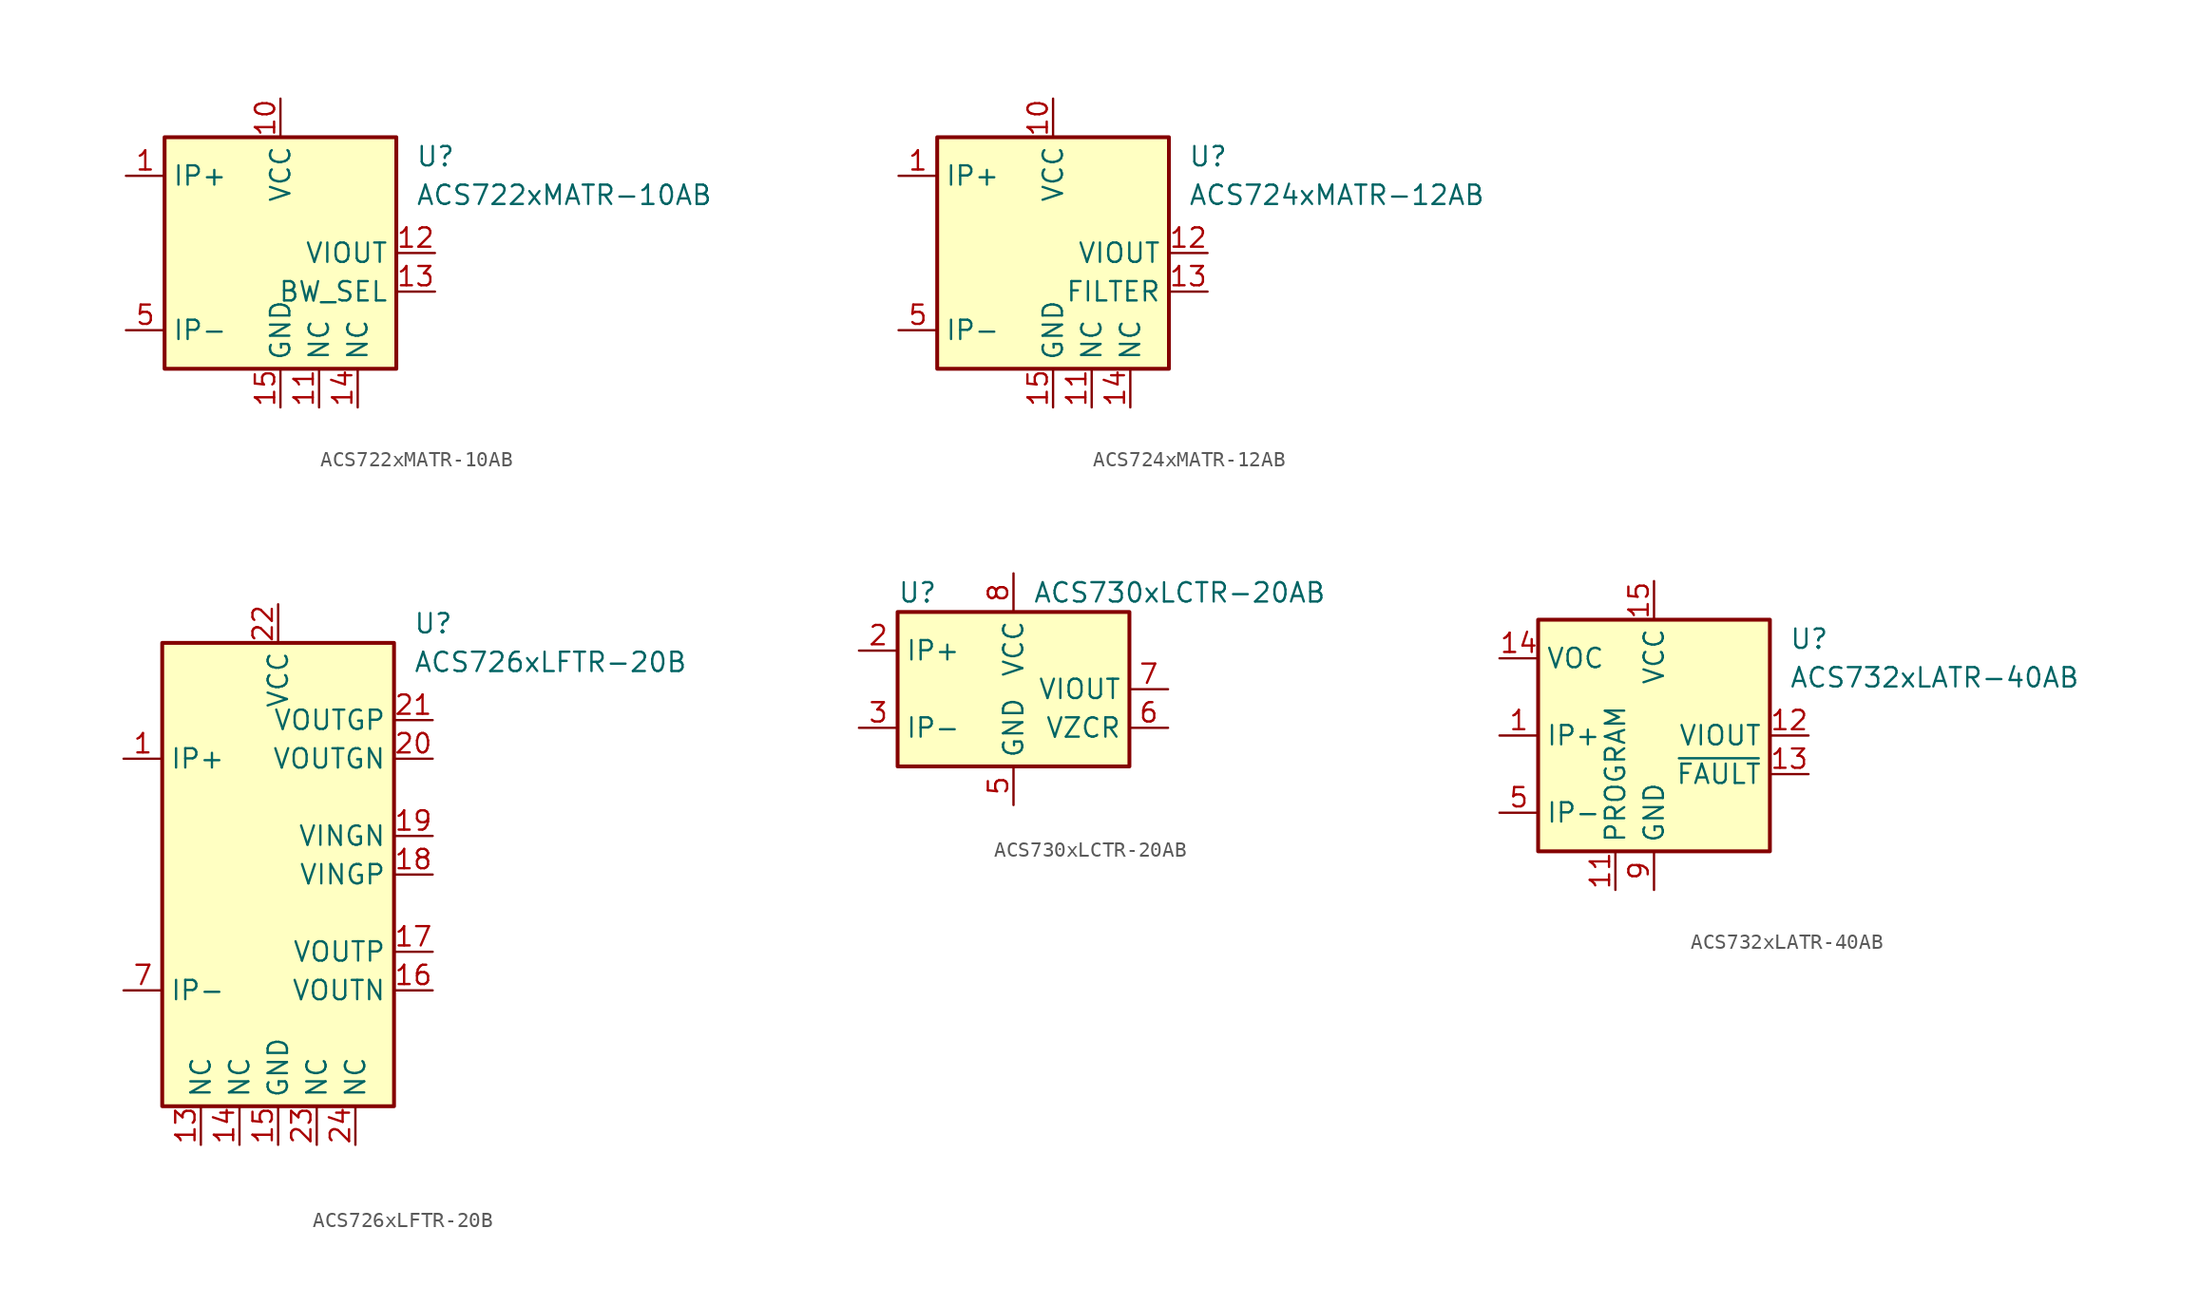
<source format=kicad_sym>
(kicad_symbol_lib
  (version 20241209)
  (generator "kicad_symbol_editor")
  (generator_version "9.0")
  (symbol "ACS722xMATR-10AB"
    (property "Reference" "U"
      (at 8.89 6.35 0)
      (effects (font (size 1.27 1.27)) (justify left)))
    (property "Value" "ACS722xMATR-10AB"
      (at 8.89 3.81 0)
      (effects (font (size 1.27 1.27)) (justify left)))
    (symbol "ACS722xMATR-10AB_0_1"
      (rectangle (start -7.62 7.62) (end 7.62 -7.62) (stroke (width 0.254) (type default)) (fill (type background))))
    (symbol "ACS722xMATR-10AB_1_1"
      (pin passive line (at -10.16 5.08 0) (length 2.54) (name "IP+" (effects (font (size 1.27 1.27)))) (number "1" (effects (font (size 1.27 1.27)))))
      (pin passive line (at -10.16 5.08 0) (length 2.54) (hide yes) (name "IP+" (effects (font (size 1.27 1.27)))) (number "2" (effects (font (size 1.27 1.27)))))
      (pin passive line (at -10.16 5.08 0) (length 2.54) (hide yes) (name "IP+" (effects (font (size 1.27 1.27)))) (number "3" (effects (font (size 1.27 1.27)))))
      (pin passive line (at -10.16 5.08 0) (length 2.54) (hide yes) (name "IP+" (effects (font (size 1.27 1.27)))) (number "4" (effects (font (size 1.27 1.27)))))
      (pin passive line (at -10.16 -5.08 0) (length 2.54) (name "IP-" (effects (font (size 1.27 1.27)))) (number "5" (effects (font (size 1.27 1.27)))))
      (pin passive line (at -10.16 -5.08 0) (length 2.54) (hide yes) (name "IP-" (effects (font (size 1.27 1.27)))) (number "6" (effects (font (size 1.27 1.27)))))
      (pin passive line (at -10.16 -5.08 0) (length 2.54) (hide yes) (name "IP-" (effects (font (size 1.27 1.27)))) (number "7" (effects (font (size 1.27 1.27)))))
      (pin passive line (at -10.16 -5.08 0) (length 2.54) (hide yes) (name "IP-" (effects (font (size 1.27 1.27)))) (number "8" (effects (font (size 1.27 1.27)))))
      (pin power_in line (at 0 10.16 270) (length 2.54) (name "VCC" (effects (font (size 1.27 1.27)))) (number "10" (effects (font (size 1.27 1.27)))))
      (pin power_in line (at 0 -10.16 90) (length 2.54) (name "GND" (effects (font (size 1.27 1.27)))) (number "15" (effects (font (size 1.27 1.27)))))
      (pin passive line (at 2.54 -10.16 90) (length 2.54) (name "NC" (effects (font (size 1.27 1.27)))) (number "11" (effects (font (size 1.27 1.27)))))
      (pin passive line (at 5.08 -10.16 90) (length 2.54) (name "NC" (effects (font (size 1.27 1.27)))) (number "14" (effects (font (size 1.27 1.27)))))
      (pin no_connect line (at 7.62 5.08 180) (length 2.54) (hide yes) (name "NC" (effects (font (size 1.27 1.27)))) (number "9" (effects (font (size 1.27 1.27)))))
      (pin no_connect line (at 7.62 2.54 180) (length 2.54) (hide yes) (name "NC" (effects (font (size 1.27 1.27)))) (number "16" (effects (font (size 1.27 1.27)))))
      (pin output line (at 10.16 0 180) (length 2.54) (name "VIOUT" (effects (font (size 1.27 1.27)))) (number "12" (effects (font (size 1.27 1.27)))))
      (pin input line (at 10.16 -2.54 180) (length 2.54) (name "BW_SEL" (effects (font (size 1.27 1.27)))) (number "13" (effects (font (size 1.27 1.27)))))))
  (symbol "ACS724xMATR-12AB"
    (property "Reference" "U"
      (at 8.89 6.35 0)
      (effects (font (size 1.27 1.27)) (justify left)))
    (property "Value" "ACS724xMATR-12AB"
      (at 8.89 3.81 0)
      (effects (font (size 1.27 1.27)) (justify left)))
    (symbol "ACS724xMATR-12AB_0_1"
      (rectangle (start -7.62 7.62) (end 7.62 -7.62) (stroke (width 0.254) (type default)) (fill (type background))))
    (symbol "ACS724xMATR-12AB_1_1"
      (pin passive line (at -10.16 5.08 0) (length 2.54) (name "IP+" (effects (font (size 1.27 1.27)))) (number "1" (effects (font (size 1.27 1.27)))))
      (pin passive line (at -10.16 5.08 0) (length 2.54) (hide yes) (name "IP+" (effects (font (size 1.27 1.27)))) (number "2" (effects (font (size 1.27 1.27)))))
      (pin passive line (at -10.16 5.08 0) (length 2.54) (hide yes) (name "IP+" (effects (font (size 1.27 1.27)))) (number "3" (effects (font (size 1.27 1.27)))))
      (pin passive line (at -10.16 5.08 0) (length 2.54) (hide yes) (name "IP+" (effects (font (size 1.27 1.27)))) (number "4" (effects (font (size 1.27 1.27)))))
      (pin passive line (at -10.16 -5.08 0) (length 2.54) (name "IP-" (effects (font (size 1.27 1.27)))) (number "5" (effects (font (size 1.27 1.27)))))
      (pin passive line (at -10.16 -5.08 0) (length 2.54) (hide yes) (name "IP-" (effects (font (size 1.27 1.27)))) (number "6" (effects (font (size 1.27 1.27)))))
      (pin passive line (at -10.16 -5.08 0) (length 2.54) (hide yes) (name "IP-" (effects (font (size 1.27 1.27)))) (number "7" (effects (font (size 1.27 1.27)))))
      (pin passive line (at -10.16 -5.08 0) (length 2.54) (hide yes) (name "IP-" (effects (font (size 1.27 1.27)))) (number "8" (effects (font (size 1.27 1.27)))))
      (pin power_in line (at 0 10.16 270) (length 2.54) (name "VCC" (effects (font (size 1.27 1.27)))) (number "10" (effects (font (size 1.27 1.27)))))
      (pin power_in line (at 0 -10.16 90) (length 2.54) (name "GND" (effects (font (size 1.27 1.27)))) (number "15" (effects (font (size 1.27 1.27)))))
      (pin passive line (at 2.54 -10.16 90) (length 2.54) (name "NC" (effects (font (size 1.27 1.27)))) (number "11" (effects (font (size 1.27 1.27)))))
      (pin passive line (at 5.08 -10.16 90) (length 2.54) (name "NC" (effects (font (size 1.27 1.27)))) (number "14" (effects (font (size 1.27 1.27)))))
      (pin no_connect line (at 7.62 5.08 180) (length 2.54) (hide yes) (name "NC" (effects (font (size 1.27 1.27)))) (number "9" (effects (font (size 1.27 1.27)))))
      (pin no_connect line (at 7.62 2.54 180) (length 2.54) (hide yes) (name "NC" (effects (font (size 1.27 1.27)))) (number "16" (effects (font (size 1.27 1.27)))))
      (pin output line (at 10.16 0 180) (length 2.54) (name "VIOUT" (effects (font (size 1.27 1.27)))) (number "12" (effects (font (size 1.27 1.27)))))
      (pin passive line (at 10.16 -2.54 180) (length 2.54) (name "FILTER" (effects (font (size 1.27 1.27)))) (number "13" (effects (font (size 1.27 1.27)))))))
  (symbol "ACS726xLFTR-20B"
    (property "Reference" "U"
      (at 8.89 16.51 0)
      (effects (font (size 1.27 1.27)) (justify left)))
    (property "Value" "ACS726xLFTR-20B"
      (at 8.89 13.97 0)
      (effects (font (size 1.27 1.27)) (justify left)))
    (symbol "ACS726xLFTR-20B_0_1"
      (rectangle (start -7.62 15.24) (end 7.62 -15.24) (stroke (width 0.254) (type default)) (fill (type background))))
    (symbol "ACS726xLFTR-20B_1_1"
      (pin passive line (at -10.16 7.62 0) (length 2.54) (name "IP+" (effects (font (size 1.27 1.27)))) (number "1" (effects (font (size 1.27 1.27)))))
      (pin passive line (at -10.16 7.62 0) (length 2.54) (hide yes) (name "IP+" (effects (font (size 1.27 1.27)))) (number "2" (effects (font (size 1.27 1.27)))))
      (pin passive line (at -10.16 7.62 0) (length 2.54) (hide yes) (name "IP+" (effects (font (size 1.27 1.27)))) (number "3" (effects (font (size 1.27 1.27)))))
      (pin passive line (at -10.16 7.62 0) (length 2.54) (hide yes) (name "IP+" (effects (font (size 1.27 1.27)))) (number "4" (effects (font (size 1.27 1.27)))))
      (pin passive line (at -10.16 7.62 0) (length 2.54) (hide yes) (name "IP+" (effects (font (size 1.27 1.27)))) (number "5" (effects (font (size 1.27 1.27)))))
      (pin passive line (at -10.16 7.62 0) (length 2.54) (hide yes) (name "IP+" (effects (font (size 1.27 1.27)))) (number "6" (effects (font (size 1.27 1.27)))))
      (pin passive line (at -10.16 -7.62 0) (length 2.54) (hide yes) (name "IP-" (effects (font (size 1.27 1.27)))) (number "10" (effects (font (size 1.27 1.27)))))
      (pin passive line (at -10.16 -7.62 0) (length 2.54) (hide yes) (name "IP-" (effects (font (size 1.27 1.27)))) (number "11" (effects (font (size 1.27 1.27)))))
      (pin passive line (at -10.16 -7.62 0) (length 2.54) (hide yes) (name "IP-" (effects (font (size 1.27 1.27)))) (number "12" (effects (font (size 1.27 1.27)))))
      (pin passive line (at -10.16 -7.62 0) (length 2.54) (name "IP-" (effects (font (size 1.27 1.27)))) (number "7" (effects (font (size 1.27 1.27)))))
      (pin passive line (at -10.16 -7.62 0) (length 2.54) (hide yes) (name "IP-" (effects (font (size 1.27 1.27)))) (number "8" (effects (font (size 1.27 1.27)))))
      (pin passive line (at -10.16 -7.62 0) (length 2.54) (hide yes) (name "IP-" (effects (font (size 1.27 1.27)))) (number "9" (effects (font (size 1.27 1.27)))))
      (pin passive line (at -5.08 -17.78 90) (length 2.54) (name "NC" (effects (font (size 1.27 1.27)))) (number "13" (effects (font (size 1.27 1.27)))))
      (pin passive line (at -2.54 -17.78 90) (length 2.54) (name "NC" (effects (font (size 1.27 1.27)))) (number "14" (effects (font (size 1.27 1.27)))))
      (pin power_in line (at 0 17.78 270) (length 2.54) (name "VCC" (effects (font (size 1.27 1.27)))) (number "22" (effects (font (size 1.27 1.27)))))
      (pin power_in line (at 0 -17.78 90) (length 2.54) (name "GND" (effects (font (size 1.27 1.27)))) (number "15" (effects (font (size 1.27 1.27)))))
      (pin passive line (at 2.54 -17.78 90) (length 2.54) (name "NC" (effects (font (size 1.27 1.27)))) (number "23" (effects (font (size 1.27 1.27)))))
      (pin passive line (at 5.08 -17.78 90) (length 2.54) (name "NC" (effects (font (size 1.27 1.27)))) (number "24" (effects (font (size 1.27 1.27)))))
      (pin output line (at 10.16 10.16 180) (length 2.54) (name "VOUTGP" (effects (font (size 1.27 1.27)))) (number "21" (effects (font (size 1.27 1.27)))))
      (pin output line (at 10.16 7.62 180) (length 2.54) (name "VOUTGN" (effects (font (size 1.27 1.27)))) (number "20" (effects (font (size 1.27 1.27)))))
      (pin input line (at 10.16 2.54 180) (length 2.54) (name "VINGN" (effects (font (size 1.27 1.27)))) (number "19" (effects (font (size 1.27 1.27)))))
      (pin input line (at 10.16 0 180) (length 2.54) (name "VINGP" (effects (font (size 1.27 1.27)))) (number "18" (effects (font (size 1.27 1.27)))))
      (pin output line (at 10.16 -5.08 180) (length 2.54) (name "VOUTP" (effects (font (size 1.27 1.27)))) (number "17" (effects (font (size 1.27 1.27)))))
      (pin output line (at 10.16 -7.62 180) (length 2.54) (name "VOUTN" (effects (font (size 1.27 1.27)))) (number "16" (effects (font (size 1.27 1.27)))))))
  (symbol "ACS730xLCTR-20AB"
    (property "Reference" "U"
      (at -7.62 6.35 0)
      (effects (font (size 1.27 1.27)) (justify left)))
    (property "Value" "ACS730xLCTR-20AB"
      (at 1.27 6.35 0)
      (effects (font (size 1.27 1.27)) (justify left)))
    (symbol "ACS730xLCTR-20AB_0_1"
      (rectangle (start -7.62 5.08) (end 7.62 -5.08) (stroke (width 0.254) (type default)) (fill (type background))))
    (symbol "ACS730xLCTR-20AB_1_1"
      (pin passive line (at -10.16 2.54 0) (length 2.54) (hide yes) (name "IP+" (effects (font (size 1.27 1.27)))) (number "1" (effects (font (size 1.27 1.27)))))
      (pin passive line (at -10.16 2.54 0) (length 2.54) (name "IP+" (effects (font (size 1.27 1.27)))) (number "2" (effects (font (size 1.27 1.27)))))
      (pin passive line (at -10.16 -2.54 0) (length 2.54) (name "IP-" (effects (font (size 1.27 1.27)))) (number "3" (effects (font (size 1.27 1.27)))))
      (pin passive line (at -10.16 -2.54 0) (length 2.54) (hide yes) (name "IP-" (effects (font (size 1.27 1.27)))) (number "4" (effects (font (size 1.27 1.27)))))
      (pin power_in line (at 0 7.62 270) (length 2.54) (name "VCC" (effects (font (size 1.27 1.27)))) (number "8" (effects (font (size 1.27 1.27)))))
      (pin power_in line (at 0 -7.62 90) (length 2.54) (name "GND" (effects (font (size 1.27 1.27)))) (number "5" (effects (font (size 1.27 1.27)))))
      (pin output line (at 10.16 0 180) (length 2.54) (name "VIOUT" (effects (font (size 1.27 1.27)))) (number "7" (effects (font (size 1.27 1.27)))))
      (pin passive line (at 10.16 -2.54 180) (length 2.54) (name "VZCR" (effects (font (size 1.27 1.27)))) (number "6" (effects (font (size 1.27 1.27)))))))
  (symbol "ACS732xLATR-40AB"
    (property "Reference" "U"
      (at 8.89 6.35 0)
      (effects (font (size 1.27 1.27)) (justify left)))
    (property "Value" "ACS732xLATR-40AB"
      (at 8.89 3.81 0)
      (effects (font (size 1.27 1.27)) (justify left)))
    (symbol "ACS732xLATR-40AB_0_1"
      (rectangle (start -7.62 7.62) (end 7.62 -7.62) (stroke (width 0.254) (type default)) (fill (type background))))
    (symbol "ACS732xLATR-40AB_1_1"
      (pin input line (at -10.16 5.08 0) (length 2.54) (name "VOC" (effects (font (size 1.27 1.27)))) (number "14" (effects (font (size 1.27 1.27)))))
      (pin passive line (at -10.16 0 0) (length 2.54) (name "IP+" (effects (font (size 1.27 1.27)))) (number "1" (effects (font (size 1.27 1.27)))))
      (pin passive line (at -10.16 0 0) (length 2.54) (hide yes) (name "IP+" (effects (font (size 1.27 1.27)))) (number "2" (effects (font (size 1.27 1.27)))))
      (pin passive line (at -10.16 0 0) (length 2.54) (hide yes) (name "IP+" (effects (font (size 1.27 1.27)))) (number "3" (effects (font (size 1.27 1.27)))))
      (pin passive line (at -10.16 0 0) (length 2.54) (hide yes) (name "IP+" (effects (font (size 1.27 1.27)))) (number "4" (effects (font (size 1.27 1.27)))))
      (pin passive line (at -10.16 -5.08 0) (length 2.54) (name "IP-" (effects (font (size 1.27 1.27)))) (number "5" (effects (font (size 1.27 1.27)))))
      (pin passive line (at -10.16 -5.08 0) (length 2.54) (hide yes) (name "IP-" (effects (font (size 1.27 1.27)))) (number "6" (effects (font (size 1.27 1.27)))))
      (pin passive line (at -10.16 -5.08 0) (length 2.54) (hide yes) (name "IP-" (effects (font (size 1.27 1.27)))) (number "7" (effects (font (size 1.27 1.27)))))
      (pin passive line (at -10.16 -5.08 0) (length 2.54) (hide yes) (name "IP-" (effects (font (size 1.27 1.27)))) (number "8" (effects (font (size 1.27 1.27)))))
      (pin passive line (at -2.54 -10.16 90) (length 2.54) (name "PROGRAM" (effects (font (size 1.27 1.27)))) (number "11" (effects (font (size 1.27 1.27)))))
      (pin power_in line (at 0 10.16 270) (length 2.54) (name "VCC" (effects (font (size 1.27 1.27)))) (number "15" (effects (font (size 1.27 1.27)))))
      (pin passive line (at 0 10.16 270) (length 2.54) (hide yes) (name "VCC" (effects (font (size 1.27 1.27)))) (number "16" (effects (font (size 1.27 1.27)))))
      (pin passive line (at 0 -10.16 90) (length 2.54) (hide yes) (name "GND" (effects (font (size 1.27 1.27)))) (number "10" (effects (font (size 1.27 1.27)))))
      (pin power_in line (at 0 -10.16 90) (length 2.54) (name "GND" (effects (font (size 1.27 1.27)))) (number "9" (effects (font (size 1.27 1.27)))))
      (pin output line (at 10.16 0 180) (length 2.54) (name "VIOUT" (effects (font (size 1.27 1.27)))) (number "12" (effects (font (size 1.27 1.27)))))
      (pin output line (at 10.16 -2.54 180) (length 2.54) (name "~{FAULT}" (effects (font (size 1.27 1.27)))) (number "13" (effects (font (size 1.27 1.27))))))))
</source>
